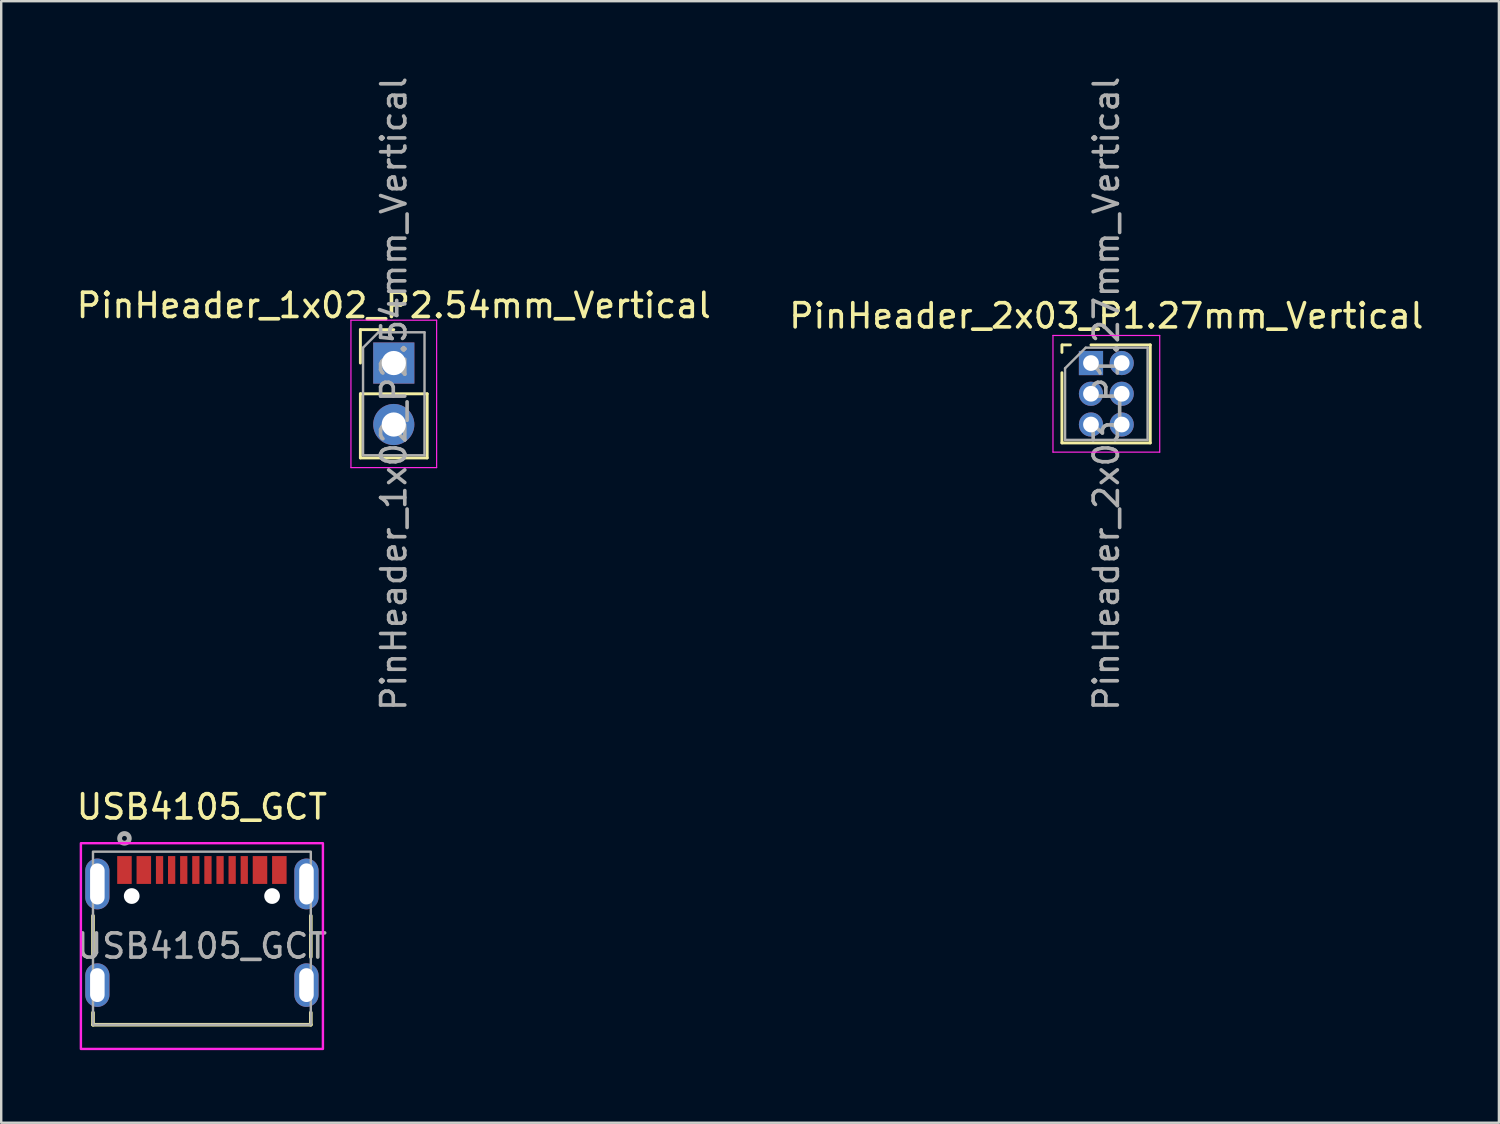
<source format=kicad_pcb>
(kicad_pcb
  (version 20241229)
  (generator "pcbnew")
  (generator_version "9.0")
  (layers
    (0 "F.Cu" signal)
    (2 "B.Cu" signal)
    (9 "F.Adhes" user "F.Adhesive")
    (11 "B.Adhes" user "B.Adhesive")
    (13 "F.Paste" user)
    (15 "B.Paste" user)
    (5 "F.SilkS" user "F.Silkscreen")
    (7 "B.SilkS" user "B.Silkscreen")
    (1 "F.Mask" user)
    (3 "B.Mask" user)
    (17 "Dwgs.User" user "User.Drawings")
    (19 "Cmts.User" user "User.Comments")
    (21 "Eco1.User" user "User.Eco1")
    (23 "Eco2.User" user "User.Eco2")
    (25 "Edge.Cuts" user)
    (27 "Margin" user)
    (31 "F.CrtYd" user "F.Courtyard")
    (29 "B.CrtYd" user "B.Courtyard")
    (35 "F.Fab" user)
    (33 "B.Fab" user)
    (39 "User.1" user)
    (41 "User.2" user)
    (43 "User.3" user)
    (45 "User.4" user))
  (footprint "PinHeader_1x02_P2.54mm_Vertical"
    (layer "F.Cu")
    (at 13.22 11.95)
    (property "Reference" "PinHeader_1x02_P2.54mm_Vertical" (at 0 -2.38 0) (layer "F.SilkS") (effects (font (size 1 1) (thickness 0.15))))
    (attr through_hole)
    (fp_line (start -1.38 -1.38) (end 0 -1.38) (stroke (width 0.12) (type solid)) (layer "F.SilkS"))
    (fp_line (start -1.38 0) (end -1.38 -1.38) (stroke (width 0.12) (type solid)) (layer "F.SilkS"))
    (fp_line (start -1.38 1.27) (end -1.38 3.92) (stroke (width 0.12) (type solid)) (layer "F.SilkS"))
    (fp_line (start -1.38 1.27) (end 1.38 1.27) (stroke (width 0.12) (type solid)) (layer "F.SilkS"))
    (fp_line (start -1.38 3.92) (end 1.38 3.92) (stroke (width 0.12) (type solid)) (layer "F.SilkS"))
    (fp_line (start 1.38 1.27) (end 1.38 3.92) (stroke (width 0.12) (type solid)) (layer "F.SilkS"))
    (fp_line (start -1.77 -1.77) (end -1.77 4.32) (stroke (width 0.05) (type solid)) (layer "F.CrtYd"))
    (fp_line (start -1.77 4.32) (end 1.77 4.32) (stroke (width 0.05) (type solid)) (layer "F.CrtYd"))
    (fp_line (start 1.77 -1.77) (end -1.77 -1.77) (stroke (width 0.05) (type solid)) (layer "F.CrtYd"))
    (fp_line (start 1.77 4.32) (end 1.77 -1.77) (stroke (width 0.05) (type solid)) (layer "F.CrtYd"))
    (fp_line (start -1.27 -0.635) (end -0.635 -1.27) (stroke (width 0.1) (type solid)) (layer "F.Fab"))
    (fp_line (start -1.27 3.81) (end -1.27 -0.635) (stroke (width 0.1) (type solid)) (layer "F.Fab"))
    (fp_line (start -0.635 -1.27) (end 1.27 -1.27) (stroke (width 0.1) (type solid)) (layer "F.Fab"))
    (fp_line (start 1.27 -1.27) (end 1.27 3.81) (stroke (width 0.1) (type solid)) (layer "F.Fab"))
    (fp_line (start 1.27 3.81) (end -1.27 3.81) (stroke (width 0.1) (type solid)) (layer "F.Fab"))
    (fp_text user "${REFERENCE}" (at 0 1.27 90) (layer "F.Fab") (effects (font (size 1 1) (thickness 0.15))))
    (pad "1" thru_hole rect (at 0 0) (size 1.7 1.7) (drill 1) (layers "*.Cu" "*.Mask"))
    (pad "2" thru_hole circle (at 0 2.54) (size 1.7 1.7) (drill 1) (layers "*.Cu" "*.Mask")))
  (footprint "PinHeader_2x03_P1.27mm_Vertical"
    (layer "F.Cu")
    (at 42.026 11.95)
    (property "Reference" "PinHeader_2x03_P1.27mm_Vertical" (at 0.635 -1.95 0) (layer "F.SilkS") (effects (font (size 1 1) (thickness 0.15))))
    (attr through_hole)
    (fp_line (start -1.2 -0.44) (end -1.2 -0.75) (stroke (width 0.12) (type solid)) (layer "F.SilkS"))
    (fp_line (start -1.2 0.4) (end -1.2 3.3) (stroke (width 0.12) (type solid)) (layer "F.SilkS"))
    (fp_line (start -1.2 3.3) (end 2.45 3.3) (stroke (width 0.12) (type solid)) (layer "F.SilkS"))
    (fp_line (start -1.18 -0.75) (end -0.85 -0.75) (stroke (width 0.12) (type solid)) (layer "F.SilkS"))
    (fp_line (start 0 -0.75) (end 2.45 -0.75) (stroke (width 0.12) (type solid)) (layer "F.SilkS"))
    (fp_line (start 2.45 -0.75) (end 2.45 3.3) (stroke (width 0.12) (type solid)) (layer "F.SilkS"))
    (fp_line (start -1.57 -1.14) (end -1.57 3.68) (stroke (width 0.05) (type solid)) (layer "F.CrtYd"))
    (fp_line (start -1.57 3.68) (end 2.84 3.68) (stroke (width 0.05) (type solid)) (layer "F.CrtYd"))
    (fp_line (start 2.84 -1.14) (end -1.57 -1.14) (stroke (width 0.05) (type solid)) (layer "F.CrtYd"))
    (fp_line (start 2.84 3.68) (end 2.84 -1.14) (stroke (width 0.05) (type solid)) (layer "F.CrtYd"))
    (fp_line (start -1.07 0.217) (end -0.217 -0.635) (stroke (width 0.1) (type solid)) (layer "F.Fab"))
    (fp_line (start -1.07 3.175) (end -1.07 0.217) (stroke (width 0.1) (type solid)) (layer "F.Fab"))
    (fp_line (start -0.217 -0.635) (end 2.34 -0.635) (stroke (width 0.1) (type solid)) (layer "F.Fab"))
    (fp_line (start 2.34 -0.635) (end 2.34 3.175) (stroke (width 0.1) (type solid)) (layer "F.Fab"))
    (fp_line (start 2.34 3.175) (end -1.07 3.175) (stroke (width 0.1) (type solid)) (layer "F.Fab"))
    (fp_text user "${REFERENCE}" (at 0.635 1.27 90) (layer "F.Fab") (effects (font (size 1 1) (thickness 0.15))))
    (pad "1" thru_hole rect (at 0 0) (size 1 1) (drill 0.65) (layers "*.Cu" "*.Mask"))
    (pad "2" thru_hole circle (at 1.27 0) (size 1 1) (drill 0.65) (layers "*.Cu" "*.Mask"))
    (pad "3" thru_hole circle (at 0 1.27) (size 1 1) (drill 0.65) (layers "*.Cu" "*.Mask"))
    (pad "4" thru_hole circle (at 1.27 1.27) (size 1 1) (drill 0.65) (layers "*.Cu" "*.Mask"))
    (pad "5" thru_hole circle (at 0 2.54) (size 1 1) (drill 0.65) (layers "*.Cu" "*.Mask"))
    (pad "6" thru_hole circle (at 1.27 2.54) (size 1 1) (drill 0.65) (layers "*.Cu" "*.Mask")))
  (footprint "USB4105_GCT"
    (layer "F.Cu")
    (at 5.292 36.289)
    (property "Reference" "USB4105_GCT" (at 0 -6 0) (unlocked yes) (layer "F.SilkS") (effects (font (size 1 1) (thickness 0.15))))
    (attr smd)
    (fp_line (start -4.5 -1.5) (end -4.5 0.2) (stroke (width 0.15) (type solid)) (layer "F.SilkS"))
    (fp_line (start -4.5 2.5) (end -4.5 3) (stroke (width 0.15) (type solid)) (layer "F.SilkS"))
    (fp_line (start -4.5 3) (end 4.5 3) (stroke (width 0.15) (type default)) (layer "F.SilkS"))
    (fp_line (start 4.5 -1.5) (end 4.5 0.2) (stroke (width 0.15) (type solid)) (layer "F.SilkS"))
    (fp_line (start 4.5 3) (end 4.5 2.5) (stroke (width 0.15) (type solid)) (layer "F.SilkS"))
    (fp_rect (start -5 -4.5) (end 5 4) (stroke (width 0.1) (type default)) (fill no) (layer "F.CrtYd"))
    (fp_rect (start -4.5 -4.15) (end 4.5 3) (stroke (width 0.1) (type default)) (fill no) (layer "F.Fab"))
    (fp_circle (center -3.2 -4.7) (end -3 -4.7) (stroke (width 0.2) (type solid)) (fill no) (layer "F.Fab"))
    (fp_text user "${REFERENCE}" (at 0 -0.25 0) (unlocked yes) (layer "F.Fab") (effects (font (size 1 1) (thickness 0.15))))
    (pad "" np_thru_hole circle (at -2.9 -2.317) (size 0.65 0.65) (drill 0.65) (layers "*.Cu" "*.Mask"))
    (pad "" np_thru_hole circle (at 2.9 -2.317) (size 0.65 0.65) (drill 0.65) (layers "*.Cu" "*.Mask"))
    (pad "A1-B12" smd rect (at -3.2 -3.393) (size 0.6 1.15) (layers "F.Cu" "F.Mask" "F.Paste"))
    (pad "A4-B9" smd rect (at -2.4 -3.393) (size 0.6 1.15) (layers "F.Cu" "F.Mask" "F.Paste"))
    (pad "A5" smd rect (at -1.25 -3.393) (size 0.3 1.15) (layers "F.Cu" "F.Mask" "F.Paste"))
    (pad "A6" smd rect (at -0.25 -3.393) (size 0.3 1.15) (layers "F.Cu" "F.Mask" "F.Paste"))
    (pad "A7" smd rect (at 0.25 -3.393) (size 0.3 1.15) (layers "F.Cu" "F.Mask" "F.Paste"))
    (pad "A8" smd rect (at 1.25 -3.393) (size 0.3 1.15) (layers "F.Cu" "F.Mask" "F.Paste"))
    (pad "B1-A12" smd rect (at 3.2 -3.393) (size 0.6 1.15) (layers "F.Cu" "F.Mask" "F.Paste"))
    (pad "B4-A9" smd rect (at 2.4 -3.393) (size 0.6 1.15) (layers "F.Cu" "F.Mask" "F.Paste"))
    (pad "B5" smd rect (at 1.75 -3.393) (size 0.3 1.15) (layers "F.Cu" "F.Mask" "F.Paste"))
    (pad "B6" smd rect (at 0.75 -3.393) (size 0.3 1.15) (layers "F.Cu" "F.Mask" "F.Paste"))
    (pad "B7" smd rect (at -0.75 -3.393) (size 0.3 1.15) (layers "F.Cu" "F.Mask" "F.Paste"))
    (pad "B8" smd rect (at -1.75 -3.393) (size 0.3 1.15) (layers "F.Cu" "F.Mask" "F.Paste"))
    (pad "S1" thru_hole oval (at -4.32 -2.817) (size 1 2.1) (drill oval 0.6 1.7) (layers "*.Cu" "*.Mask"))
    (pad "S1" thru_hole oval (at -4.32 1.363) (size 1 1.8) (drill oval 0.6 1.4) (layers "*.Cu" "*.Mask"))
    (pad "S1" thru_hole oval (at 4.32 -2.817) (size 1 2.1) (drill oval 0.6 1.7) (layers "*.Cu" "*.Mask"))
    (pad "S1" thru_hole oval (at 4.32 1.363) (size 1 1.8) (drill oval 0.6 1.4) (layers "*.Cu" "*.Mask")))
  (gr_rect
    (start -3 -3)
    (end 58.881 43.339)
    (stroke (width 0.1) (type default))
    (fill no)
    (layer "Edge.Cuts")))
</source>
